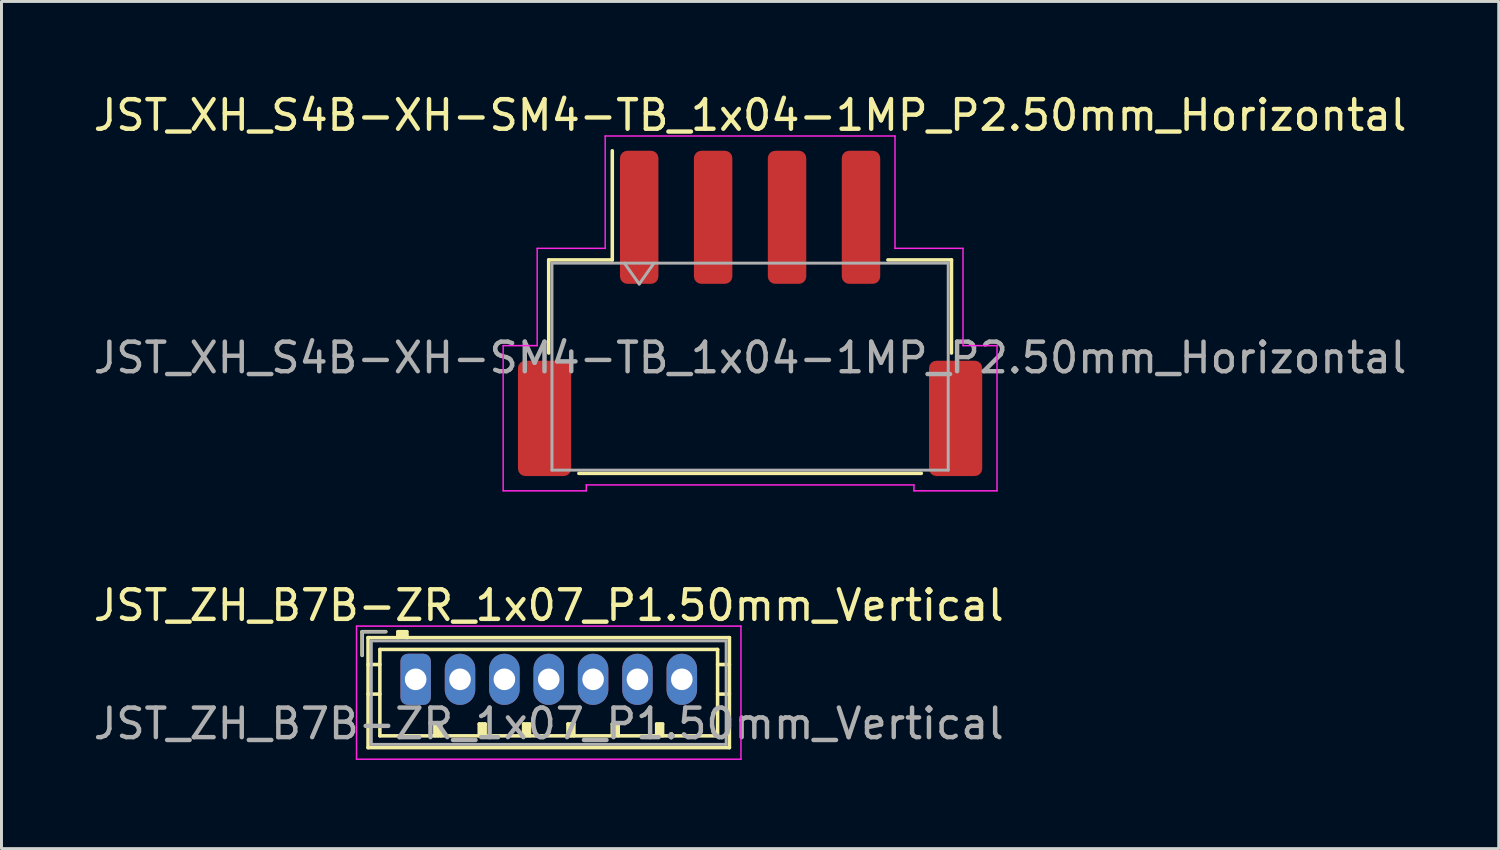
<source format=kicad_pcb>
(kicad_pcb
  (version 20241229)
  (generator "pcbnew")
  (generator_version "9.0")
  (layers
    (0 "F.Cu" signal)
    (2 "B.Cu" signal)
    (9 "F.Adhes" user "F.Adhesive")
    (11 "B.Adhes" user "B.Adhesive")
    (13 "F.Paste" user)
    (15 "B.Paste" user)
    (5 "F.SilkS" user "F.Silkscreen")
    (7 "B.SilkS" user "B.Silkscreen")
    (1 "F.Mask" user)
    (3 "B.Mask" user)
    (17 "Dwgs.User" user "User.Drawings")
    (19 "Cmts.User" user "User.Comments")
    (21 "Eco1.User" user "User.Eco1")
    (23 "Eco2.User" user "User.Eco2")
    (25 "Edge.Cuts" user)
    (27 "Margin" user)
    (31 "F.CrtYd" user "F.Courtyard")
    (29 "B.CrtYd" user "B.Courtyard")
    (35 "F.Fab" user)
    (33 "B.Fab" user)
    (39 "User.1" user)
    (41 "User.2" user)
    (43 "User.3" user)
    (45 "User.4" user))
  (footprint "JST_XH_S4B-XH-SM4-TB_1x04-1MP_P2.50mm_Horizontal"
    (layer "F.Cu")
    (at 22.315 7.548)
    (property "Reference" "JST_XH_S4B-XH-SM4-TB_1x04-1MP_P2.50mm_Horizontal" (at 0 -6.7 0) (layer "F.SilkS") (effects (font (size 1 1) (thickness 0.15))))
    (attr smd)
    (fp_line (start -6.81 -1.81) (end -4.66 -1.81) (stroke (width 0.12) (type solid)) (layer "F.SilkS"))
    (fp_line (start -6.81 1.34) (end -6.81 -1.81) (stroke (width 0.12) (type solid)) (layer "F.SilkS"))
    (fp_line (start -5.79 5.41) (end 5.79 5.41) (stroke (width 0.12) (type solid)) (layer "F.SilkS"))
    (fp_line (start -4.66 -1.81) (end -4.66 -5.5) (stroke (width 0.12) (type solid)) (layer "F.SilkS"))
    (fp_line (start 6.81 -1.81) (end 4.66 -1.81) (stroke (width 0.12) (type solid)) (layer "F.SilkS"))
    (fp_line (start 6.81 1.34) (end 6.81 -1.81) (stroke (width 0.12) (type solid)) (layer "F.SilkS"))
    (fp_line (start -8.35 1.09) (end -7.2 1.09) (stroke (width 0.05) (type solid)) (layer "F.CrtYd"))
    (fp_line (start -8.35 6) (end -8.35 1.09) (stroke (width 0.05) (type solid)) (layer "F.CrtYd"))
    (fp_line (start -7.2 -2.2) (end -4.9 -2.2) (stroke (width 0.05) (type solid)) (layer "F.CrtYd"))
    (fp_line (start -7.2 1.09) (end -7.2 -2.2) (stroke (width 0.05) (type solid)) (layer "F.CrtYd"))
    (fp_line (start -5.54 5.8) (end -5.54 6) (stroke (width 0.05) (type solid)) (layer "F.CrtYd"))
    (fp_line (start -5.54 6) (end -8.35 6) (stroke (width 0.05) (type solid)) (layer "F.CrtYd"))
    (fp_line (start -4.9 -6) (end 4.9 -6) (stroke (width 0.05) (type solid)) (layer "F.CrtYd"))
    (fp_line (start -4.9 -2.2) (end -4.9 -6) (stroke (width 0.05) (type solid)) (layer "F.CrtYd"))
    (fp_line (start 4.9 -6) (end 4.9 -2.2) (stroke (width 0.05) (type solid)) (layer "F.CrtYd"))
    (fp_line (start 4.9 -2.2) (end 7.2 -2.2) (stroke (width 0.05) (type solid)) (layer "F.CrtYd"))
    (fp_line (start 5.54 5.8) (end -5.54 5.8) (stroke (width 0.05) (type solid)) (layer "F.CrtYd"))
    (fp_line (start 5.54 6) (end 5.54 5.8) (stroke (width 0.05) (type solid)) (layer "F.CrtYd"))
    (fp_line (start 7.2 -2.2) (end 7.2 1.09) (stroke (width 0.05) (type solid)) (layer "F.CrtYd"))
    (fp_line (start 7.2 1.09) (end 8.35 1.09) (stroke (width 0.05) (type solid)) (layer "F.CrtYd"))
    (fp_line (start 8.35 1.09) (end 8.35 6) (stroke (width 0.05) (type solid)) (layer "F.CrtYd"))
    (fp_line (start 8.35 6) (end 5.54 6) (stroke (width 0.05) (type solid)) (layer "F.CrtYd"))
    (fp_line (start -6.7 -1.7) (end -6.7 5.3) (stroke (width 0.1) (type solid)) (layer "F.Fab"))
    (fp_line (start -6.7 -1.7) (end 6.7 -1.7) (stroke (width 0.1) (type solid)) (layer "F.Fab"))
    (fp_line (start -6.7 5.3) (end 6.7 5.3) (stroke (width 0.1) (type solid)) (layer "F.Fab"))
    (fp_line (start -4.25 -1.7) (end -3.75 -0.993) (stroke (width 0.1) (type solid)) (layer "F.Fab"))
    (fp_line (start -3.75 -0.993) (end -3.25 -1.7) (stroke (width 0.1) (type solid)) (layer "F.Fab"))
    (fp_line (start 6.7 -1.7) (end 6.7 5.3) (stroke (width 0.1) (type solid)) (layer "F.Fab"))
    (fp_text user "${REFERENCE}" (at 0 1.5 0) (layer "F.Fab") (effects (font (size 1 1) (thickness 0.15))))
    (pad "1" smd roundrect (at -3.75 -3.25) (size 1.3 4.5) (layers "F.Cu" "F.Mask" "F.Paste") (roundrect_rratio 0.192))
    (pad "2" smd roundrect (at -1.25 -3.25) (size 1.3 4.5) (layers "F.Cu" "F.Mask" "F.Paste") (roundrect_rratio 0.192))
    (pad "3" smd roundrect (at 1.25 -3.25) (size 1.3 4.5) (layers "F.Cu" "F.Mask" "F.Paste") (roundrect_rratio 0.192))
    (pad "4" smd roundrect (at 3.75 -3.25) (size 1.3 4.5) (layers "F.Cu" "F.Mask" "F.Paste") (roundrect_rratio 0.192))
    (pad "MP" smd roundrect (at -6.95 3.55) (size 1.8 3.9) (layers "F.Cu" "F.Mask" "F.Paste") (roundrect_rratio 0.139))
    (pad "MP" smd roundrect (at 6.95 3.55) (size 1.8 3.9) (layers "F.Cu" "F.Mask" "F.Paste") (roundrect_rratio 0.139)))
  (footprint "JST_ZH_B7B-ZR_1x07_P1.50mm_Vertical"
    (layer "F.Cu")
    (at 11.006 19.922)
    (property "Reference" "JST_ZH_B7B-ZR_1x07_P1.50mm_Vertical" (at 4.5 -2.5 0) (layer "F.SilkS") (effects (font (size 1 1) (thickness 0.15))))
    (attr through_hole)
    (fp_line (start -1.81 -1.61) (end -1.81 -0.81) (stroke (width 0.12) (type solid)) (layer "F.SilkS"))
    (fp_line (start -1.61 -1.41) (end -1.61 2.31) (stroke (width 0.12) (type solid)) (layer "F.SilkS"))
    (fp_line (start -1.61 -0.5) (end -1.21 -0.5) (stroke (width 0.12) (type solid)) (layer "F.SilkS"))
    (fp_line (start -1.61 0.5) (end -1.21 0.5) (stroke (width 0.12) (type solid)) (layer "F.SilkS"))
    (fp_line (start -1.61 2.31) (end 10.61 2.31) (stroke (width 0.12) (type solid)) (layer "F.SilkS"))
    (fp_line (start -1.21 -1.01) (end -1.21 1.91) (stroke (width 0.12) (type solid)) (layer "F.SilkS"))
    (fp_line (start -1.21 1.91) (end 10.21 1.91) (stroke (width 0.12) (type solid)) (layer "F.SilkS"))
    (fp_line (start -1.01 -1.61) (end -1.81 -1.61) (stroke (width 0.12) (type solid)) (layer "F.SilkS"))
    (fp_line (start -0.6 -1.61) (end -0.6 -1.41) (stroke (width 0.12) (type solid)) (layer "F.SilkS"))
    (fp_line (start -0.3 -1.61) (end -0.6 -1.61) (stroke (width 0.12) (type solid)) (layer "F.SilkS"))
    (fp_line (start -0.3 -1.51) (end -0.6 -1.51) (stroke (width 0.12) (type solid)) (layer "F.SilkS"))
    (fp_line (start -0.3 -1.41) (end -0.3 -1.61) (stroke (width 0.12) (type solid)) (layer "F.SilkS"))
    (fp_line (start 0.65 1.51) (end 0.85 1.51) (stroke (width 0.12) (type solid)) (layer "F.SilkS"))
    (fp_line (start 0.65 1.91) (end 0.65 1.51) (stroke (width 0.12) (type solid)) (layer "F.SilkS"))
    (fp_line (start 0.75 1.91) (end 0.75 1.51) (stroke (width 0.12) (type solid)) (layer "F.SilkS"))
    (fp_line (start 0.85 1.51) (end 0.85 1.91) (stroke (width 0.12) (type solid)) (layer "F.SilkS"))
    (fp_line (start 2.15 1.51) (end 2.35 1.51) (stroke (width 0.12) (type solid)) (layer "F.SilkS"))
    (fp_line (start 2.15 1.91) (end 2.15 1.51) (stroke (width 0.12) (type solid)) (layer "F.SilkS"))
    (fp_line (start 2.25 1.91) (end 2.25 1.51) (stroke (width 0.12) (type solid)) (layer "F.SilkS"))
    (fp_line (start 2.35 1.51) (end 2.35 1.91) (stroke (width 0.12) (type solid)) (layer "F.SilkS"))
    (fp_line (start 3.65 1.51) (end 3.85 1.51) (stroke (width 0.12) (type solid)) (layer "F.SilkS"))
    (fp_line (start 3.65 1.91) (end 3.65 1.51) (stroke (width 0.12) (type solid)) (layer "F.SilkS"))
    (fp_line (start 3.75 1.91) (end 3.75 1.51) (stroke (width 0.12) (type solid)) (layer "F.SilkS"))
    (fp_line (start 3.85 1.51) (end 3.85 1.91) (stroke (width 0.12) (type solid)) (layer "F.SilkS"))
    (fp_line (start 5.15 1.51) (end 5.35 1.51) (stroke (width 0.12) (type solid)) (layer "F.SilkS"))
    (fp_line (start 5.15 1.91) (end 5.15 1.51) (stroke (width 0.12) (type solid)) (layer "F.SilkS"))
    (fp_line (start 5.25 1.91) (end 5.25 1.51) (stroke (width 0.12) (type solid)) (layer "F.SilkS"))
    (fp_line (start 5.35 1.51) (end 5.35 1.91) (stroke (width 0.12) (type solid)) (layer "F.SilkS"))
    (fp_line (start 6.65 1.51) (end 6.85 1.51) (stroke (width 0.12) (type solid)) (layer "F.SilkS"))
    (fp_line (start 6.65 1.91) (end 6.65 1.51) (stroke (width 0.12) (type solid)) (layer "F.SilkS"))
    (fp_line (start 6.75 1.91) (end 6.75 1.51) (stroke (width 0.12) (type solid)) (layer "F.SilkS"))
    (fp_line (start 6.85 1.51) (end 6.85 1.91) (stroke (width 0.12) (type solid)) (layer "F.SilkS"))
    (fp_line (start 8.15 1.51) (end 8.35 1.51) (stroke (width 0.12) (type solid)) (layer "F.SilkS"))
    (fp_line (start 8.15 1.91) (end 8.15 1.51) (stroke (width 0.12) (type solid)) (layer "F.SilkS"))
    (fp_line (start 8.25 1.91) (end 8.25 1.51) (stroke (width 0.12) (type solid)) (layer "F.SilkS"))
    (fp_line (start 8.35 1.51) (end 8.35 1.91) (stroke (width 0.12) (type solid)) (layer "F.SilkS"))
    (fp_line (start 10.21 -1.01) (end -1.21 -1.01) (stroke (width 0.12) (type solid)) (layer "F.SilkS"))
    (fp_line (start 10.21 1.91) (end 10.21 -1.01) (stroke (width 0.12) (type solid)) (layer "F.SilkS"))
    (fp_line (start 10.61 -1.41) (end -1.61 -1.41) (stroke (width 0.12) (type solid)) (layer "F.SilkS"))
    (fp_line (start 10.61 -0.5) (end 10.21 -0.5) (stroke (width 0.12) (type solid)) (layer "F.SilkS"))
    (fp_line (start 10.61 0.5) (end 10.21 0.5) (stroke (width 0.12) (type solid)) (layer "F.SilkS"))
    (fp_line (start 10.61 2.31) (end 10.61 -1.41) (stroke (width 0.12) (type solid)) (layer "F.SilkS"))
    (fp_line (start -2 -1.8) (end -2 2.7) (stroke (width 0.05) (type solid)) (layer "F.CrtYd"))
    (fp_line (start -2 2.7) (end 11 2.7) (stroke (width 0.05) (type solid)) (layer "F.CrtYd"))
    (fp_line (start 11 -1.8) (end -2 -1.8) (stroke (width 0.05) (type solid)) (layer "F.CrtYd"))
    (fp_line (start 11 2.7) (end 11 -1.8) (stroke (width 0.05) (type solid)) (layer "F.CrtYd"))
    (fp_line (start -1.81 -1.61) (end -1.81 -0.81) (stroke (width 0.1) (type solid)) (layer "F.Fab"))
    (fp_line (start -1.5 -1.3) (end -1.5 2.2) (stroke (width 0.1) (type solid)) (layer "F.Fab"))
    (fp_line (start -1.5 2.2) (end 10.5 2.2) (stroke (width 0.1) (type solid)) (layer "F.Fab"))
    (fp_line (start -1.01 -1.61) (end -1.81 -1.61) (stroke (width 0.1) (type solid)) (layer "F.Fab"))
    (fp_line (start 10.5 -1.3) (end -1.5 -1.3) (stroke (width 0.1) (type solid)) (layer "F.Fab"))
    (fp_line (start 10.5 2.2) (end 10.5 -1.3) (stroke (width 0.1) (type solid)) (layer "F.Fab"))
    (fp_text user "${REFERENCE}" (at 4.5 1.5 0) (layer "F.Fab") (effects (font (size 1 1) (thickness 0.15))))
    (pad "1" thru_hole roundrect (at 0 0) (size 1.03 1.73) (drill 0.73) (layers "*.Cu" "*.Mask") (roundrect_rratio 0.243))
    (pad "2" thru_hole oval (at 1.5 0) (size 1.03 1.73) (drill 0.73) (layers "*.Cu" "*.Mask"))
    (pad "3" thru_hole oval (at 3 0) (size 1.03 1.73) (drill 0.73) (layers "*.Cu" "*.Mask"))
    (pad "4" thru_hole oval (at 4.5 0) (size 1.03 1.73) (drill 0.73) (layers "*.Cu" "*.Mask"))
    (pad "5" thru_hole oval (at 6 0) (size 1.03 1.73) (drill 0.73) (layers "*.Cu" "*.Mask"))
    (pad "6" thru_hole oval (at 7.5 0) (size 1.03 1.73) (drill 0.73) (layers "*.Cu" "*.Mask"))
    (pad "7" thru_hole oval (at 9 0) (size 1.03 1.73) (drill 0.73) (layers "*.Cu" "*.Mask")))
  (gr_rect
    (start -3 -3)
    (end 47.631 25.646)
    (stroke (width 0.1) (type default))
    (fill no)
    (layer "Edge.Cuts")))
</source>
